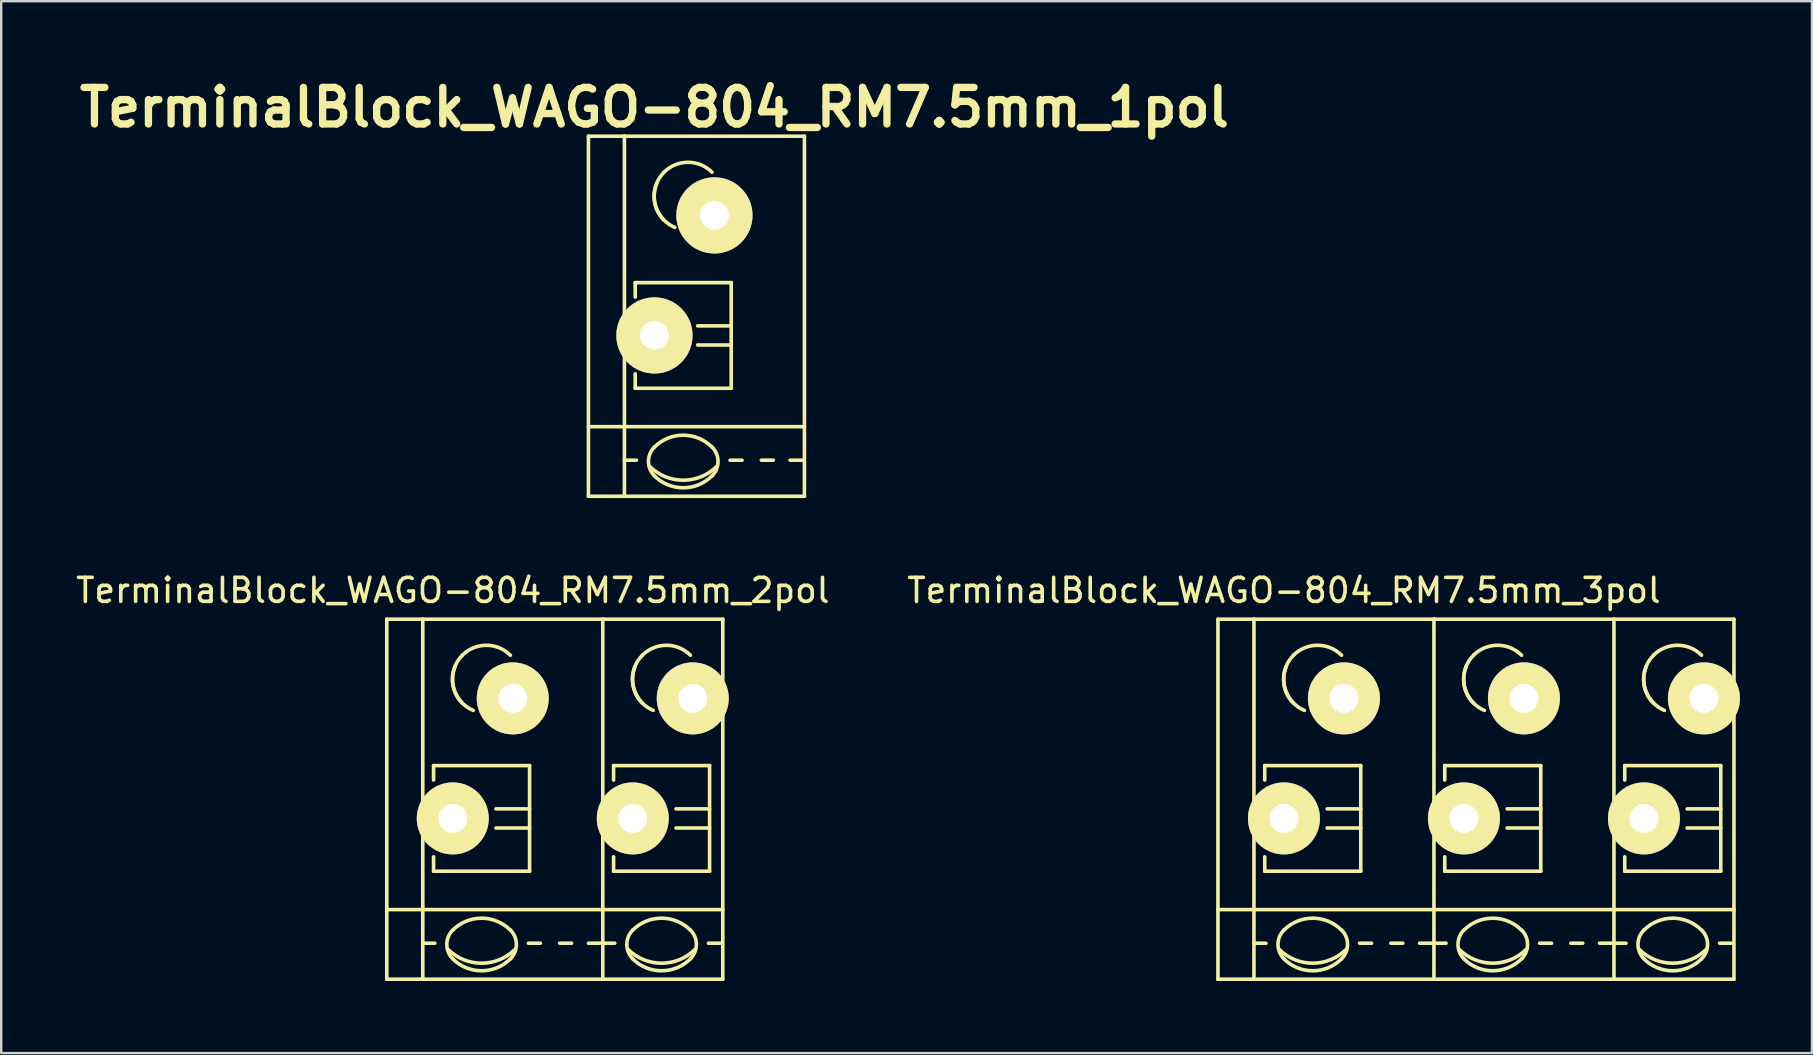
<source format=kicad_pcb>
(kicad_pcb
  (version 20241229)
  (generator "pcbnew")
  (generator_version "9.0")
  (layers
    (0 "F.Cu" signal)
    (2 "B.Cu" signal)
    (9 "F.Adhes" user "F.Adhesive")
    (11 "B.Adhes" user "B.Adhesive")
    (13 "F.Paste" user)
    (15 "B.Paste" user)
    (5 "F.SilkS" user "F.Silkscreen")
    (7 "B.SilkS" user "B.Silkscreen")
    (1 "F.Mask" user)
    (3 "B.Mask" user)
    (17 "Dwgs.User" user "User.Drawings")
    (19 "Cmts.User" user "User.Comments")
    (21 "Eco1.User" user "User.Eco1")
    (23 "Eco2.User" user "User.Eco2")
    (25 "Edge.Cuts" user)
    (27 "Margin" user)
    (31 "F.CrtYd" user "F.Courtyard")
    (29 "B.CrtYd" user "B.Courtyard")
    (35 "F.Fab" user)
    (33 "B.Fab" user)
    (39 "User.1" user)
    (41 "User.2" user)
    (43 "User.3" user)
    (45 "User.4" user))
  (footprint "TerminalBlock_WAGO-804_RM7.5mm_1pol"
    (layer "F.Cu")
    (at 24.217 10.926)
    (property "Reference" "TerminalBlock_WAGO-804_RM7.5mm_1pol" (at 0 -9.5 0) (layer "F.SilkS") (effects (font (size 1.524 1.524) (thickness 0.305))))
    (attr through_hole)
    (fp_line (start -2.75 -8.3) (end -1.25 -8.3) (stroke (width 0.15) (type solid)) (layer "F.SilkS"))
    (fp_line (start -2.75 6.7) (end -2.75 -8.3) (stroke (width 0.15) (type solid)) (layer "F.SilkS"))
    (fp_line (start -1.25 3.8) (end -2.75 3.8) (stroke (width 0.15) (type solid)) (layer "F.SilkS"))
    (fp_line (start -1.25 3.8) (end 6.25 3.8) (stroke (width 0.15) (type solid)) (layer "F.SilkS"))
    (fp_line (start -1.25 6.7) (end -2.75 6.7) (stroke (width 0.15) (type solid)) (layer "F.SilkS"))
    (fp_line (start -1.25 5.199) (end -0.749 5.199) (stroke (width 0.15) (type solid)) (layer "F.SilkS"))
    (fp_line (start -1.25 6.701) (end -1.25 -8.301) (stroke (width 0.15) (type solid)) (layer "F.SilkS"))
    (fp_line (start -0.8 -2.2) (end -0.8 -1.6) (stroke (width 0.15) (type solid)) (layer "F.SilkS"))
    (fp_line (start -0.8 -2.2) (end 3.2 -2.2) (stroke (width 0.15) (type solid)) (layer "F.SilkS"))
    (fp_line (start -0.8 2.2) (end -0.8 1.6) (stroke (width 0.15) (type solid)) (layer "F.SilkS"))
    (fp_line (start 3.2 -2.2) (end 3.2 2.2) (stroke (width 0.15) (type solid)) (layer "F.SilkS"))
    (fp_line (start 3.2 -0.399) (end 1.801 -0.399) (stroke (width 0.15) (type solid)) (layer "F.SilkS"))
    (fp_line (start 3.2 0.399) (end 1.801 0.399) (stroke (width 0.15) (type solid)) (layer "F.SilkS"))
    (fp_line (start 3.2 2.2) (end -0.8 2.2) (stroke (width 0.15) (type solid)) (layer "F.SilkS"))
    (fp_line (start 3.65 5.199) (end 3.152 5.199) (stroke (width 0.15) (type solid)) (layer "F.SilkS"))
    (fp_line (start 4.951 5.199) (end 4.454 5.199) (stroke (width 0.15) (type solid)) (layer "F.SilkS"))
    (fp_line (start 6.149 5.199) (end 5.652 5.199) (stroke (width 0.15) (type solid)) (layer "F.SilkS"))
    (fp_line (start 6.25 -8.3) (end -1.25 -8.3) (stroke (width 0.15) (type solid)) (layer "F.SilkS"))
    (fp_line (start 6.25 6.7) (end -1.25 6.7) (stroke (width 0.15) (type solid)) (layer "F.SilkS"))
    (fp_line (start 6.25 6.7) (end 6.25 -8.3) (stroke (width 0.15) (type solid)) (layer "F.SilkS"))
    (fp_arc (start 0 4.65328) (mid 1.19888 4.156688) (end 2.39776 4.65328) (stroke (width 0.15) (type solid)) (layer "F.SilkS"))
    (fp_arc (start 0 5.84962) (mid -0.248296 5.25018) (end 0 4.65074) (stroke (width 0.15) (type solid)) (layer "F.SilkS"))
    (fp_arc (start 0.39878 -6.79958) (mid 1.39954 -7.214108) (end 2.4003 -6.79958) (stroke (width 0.15) (type solid)) (layer "F.SilkS"))
    (fp_arc (start 0.39878 -4.8006) (mid -0.013952 -5.800616) (end 0.40132 -6.79958) (stroke (width 0.15) (type solid)) (layer "F.SilkS"))
    (fp_arc (start 0.8509 -4.50088) (mid 0.093811 -5.268985) (end 0.1016 -6.34746) (stroke (width 0.15) (type solid)) (layer "F.SilkS"))
    (fp_arc (start 2.4003 5.84962) (mid 1.200676 6.348008) (end 0 5.85216) (stroke (width 0.15) (type solid)) (layer "F.SilkS"))
    (fp_arc (start 2.40284 4.65074) (mid 2.650392 5.251976) (end 2.4003 5.85216) (stroke (width 0.15) (type solid)) (layer "F.SilkS"))
    (fp_arc (start 2.60096 5.45084) (mid 1.200676 6.032345) (end -0.20066 5.45338) (stroke (width 0.15) (type solid)) (layer "F.SilkS"))
    (pad "1" thru_hole circle (at 0 0) (size 3.175 3.175) (drill 1.199) (layers "*.Cu" "*.Mask" "F.SilkS"))
    (pad "1" thru_hole circle (at 2.499 -5.001) (size 3.175 3.175) (drill 1.199) (layers "*.Cu" "*.Mask" "F.SilkS")))
  (footprint "TerminalBlock_WAGO-804_RM7.5mm_2pol"
    (layer "F.Cu")
    (at 15.815 31.05)
    (property "Reference" "TerminalBlock_WAGO-804_RM7.5mm_2pol" (at 0 -9.5 0) (layer "F.SilkS") (effects (font (size 1 1) (thickness 0.15))))
    (attr through_hole)
    (fp_line (start -2.75 -8.3) (end -1.25 -8.3) (stroke (width 0.15) (type solid)) (layer "F.SilkS"))
    (fp_line (start -2.75 6.7) (end -2.75 -8.3) (stroke (width 0.15) (type solid)) (layer "F.SilkS"))
    (fp_line (start -1.25 3.8) (end -2.75 3.8) (stroke (width 0.15) (type solid)) (layer "F.SilkS"))
    (fp_line (start -1.25 3.8) (end 6.25 3.8) (stroke (width 0.15) (type solid)) (layer "F.SilkS"))
    (fp_line (start -1.25 6.7) (end -2.75 6.7) (stroke (width 0.15) (type solid)) (layer "F.SilkS"))
    (fp_line (start -1.25 5.199) (end -0.749 5.199) (stroke (width 0.15) (type solid)) (layer "F.SilkS"))
    (fp_line (start -1.25 6.701) (end -1.25 -8.301) (stroke (width 0.15) (type solid)) (layer "F.SilkS"))
    (fp_line (start -0.8 -2.2) (end -0.8 -1.6) (stroke (width 0.15) (type solid)) (layer "F.SilkS"))
    (fp_line (start -0.8 -2.2) (end 3.2 -2.2) (stroke (width 0.15) (type solid)) (layer "F.SilkS"))
    (fp_line (start -0.8 2.2) (end -0.8 1.6) (stroke (width 0.15) (type solid)) (layer "F.SilkS"))
    (fp_line (start 3.2 -2.2) (end 3.2 2.2) (stroke (width 0.15) (type solid)) (layer "F.SilkS"))
    (fp_line (start 3.2 -0.399) (end 1.801 -0.399) (stroke (width 0.15) (type solid)) (layer "F.SilkS"))
    (fp_line (start 3.2 0.399) (end 1.801 0.399) (stroke (width 0.15) (type solid)) (layer "F.SilkS"))
    (fp_line (start 3.2 2.2) (end -0.8 2.2) (stroke (width 0.15) (type solid)) (layer "F.SilkS"))
    (fp_line (start 3.65 5.199) (end 3.152 5.199) (stroke (width 0.15) (type solid)) (layer "F.SilkS"))
    (fp_line (start 4.951 5.199) (end 4.454 5.199) (stroke (width 0.15) (type solid)) (layer "F.SilkS"))
    (fp_line (start 6.149 5.199) (end 5.652 5.199) (stroke (width 0.15) (type solid)) (layer "F.SilkS"))
    (fp_line (start 6.25 -8.3) (end -1.25 -8.3) (stroke (width 0.15) (type solid)) (layer "F.SilkS"))
    (fp_line (start 6.25 -8.3) (end 11.25 -8.3) (stroke (width 0.15) (type solid)) (layer "F.SilkS"))
    (fp_line (start 6.25 3.8) (end 11.25 3.8) (stroke (width 0.15) (type solid)) (layer "F.SilkS"))
    (fp_line (start 6.25 6.7) (end -1.25 6.7) (stroke (width 0.15) (type solid)) (layer "F.SilkS"))
    (fp_line (start 6.25 6.7) (end 6.25 -8.3) (stroke (width 0.15) (type solid)) (layer "F.SilkS"))
    (fp_line (start 6.25 6.7) (end 11.25 6.7) (stroke (width 0.15) (type solid)) (layer "F.SilkS"))
    (fp_line (start 6.25 5.199) (end 6.751 5.199) (stroke (width 0.15) (type solid)) (layer "F.SilkS"))
    (fp_line (start 6.7 -2.2) (end 6.7 -1.6) (stroke (width 0.15) (type solid)) (layer "F.SilkS"))
    (fp_line (start 6.7 -2.2) (end 10.7 -2.2) (stroke (width 0.15) (type solid)) (layer "F.SilkS"))
    (fp_line (start 6.7 2.2) (end 6.7 1.6) (stroke (width 0.15) (type solid)) (layer "F.SilkS"))
    (fp_line (start 10.7 -2.2) (end 10.7 2.2) (stroke (width 0.15) (type solid)) (layer "F.SilkS"))
    (fp_line (start 10.7 -0.399) (end 9.301 -0.399) (stroke (width 0.15) (type solid)) (layer "F.SilkS"))
    (fp_line (start 10.7 0.399) (end 9.301 0.399) (stroke (width 0.15) (type solid)) (layer "F.SilkS"))
    (fp_line (start 10.7 2.2) (end 6.7 2.2) (stroke (width 0.15) (type solid)) (layer "F.SilkS"))
    (fp_line (start 11.15 5.199) (end 10.652 5.199) (stroke (width 0.15) (type solid)) (layer "F.SilkS"))
    (fp_line (start 11.25 6.7) (end 11.25 -8.3) (stroke (width 0.15) (type solid)) (layer "F.SilkS"))
    (fp_arc (start 0 4.65328) (mid 1.19888 4.156688) (end 2.39776 4.65328) (stroke (width 0.15) (type solid)) (layer "F.SilkS"))
    (fp_arc (start 0 5.84962) (mid -0.248296 5.25018) (end 0 4.65074) (stroke (width 0.15) (type solid)) (layer "F.SilkS"))
    (fp_arc (start 0.39878 -6.79958) (mid 1.39954 -7.214108) (end 2.4003 -6.79958) (stroke (width 0.15) (type solid)) (layer "F.SilkS"))
    (fp_arc (start 0.39878 -4.8006) (mid -0.013952 -5.800616) (end 0.40132 -6.79958) (stroke (width 0.15) (type solid)) (layer "F.SilkS"))
    (fp_arc (start 0.8509 -4.50088) (mid 0.093811 -5.268985) (end 0.1016 -6.34746) (stroke (width 0.15) (type solid)) (layer "F.SilkS"))
    (fp_arc (start 2.4003 5.84962) (mid 1.200676 6.348008) (end 0 5.85216) (stroke (width 0.15) (type solid)) (layer "F.SilkS"))
    (fp_arc (start 2.40284 4.65074) (mid 2.650392 5.251976) (end 2.4003 5.85216) (stroke (width 0.15) (type solid)) (layer "F.SilkS"))
    (fp_arc (start 2.60096 5.45084) (mid 1.200676 6.032345) (end -0.20066 5.45338) (stroke (width 0.15) (type solid)) (layer "F.SilkS"))
    (fp_arc (start 7.5 4.65328) (mid 8.69888 4.156688) (end 9.89776 4.65328) (stroke (width 0.15) (type solid)) (layer "F.SilkS"))
    (fp_arc (start 7.5 5.84962) (mid 7.251704 5.25018) (end 7.5 4.65074) (stroke (width 0.15) (type solid)) (layer "F.SilkS"))
    (fp_arc (start 7.89878 -6.79958) (mid 8.89954 -7.214108) (end 9.9003 -6.79958) (stroke (width 0.15) (type solid)) (layer "F.SilkS"))
    (fp_arc (start 7.89878 -4.8006) (mid 7.486048 -5.800616) (end 7.90132 -6.79958) (stroke (width 0.15) (type solid)) (layer "F.SilkS"))
    (fp_arc (start 8.3509 -4.50088) (mid 7.593811 -5.268985) (end 7.6016 -6.34746) (stroke (width 0.15) (type solid)) (layer "F.SilkS"))
    (fp_arc (start 9.9003 5.84962) (mid 8.700676 6.348008) (end 7.5 5.85216) (stroke (width 0.15) (type solid)) (layer "F.SilkS"))
    (fp_arc (start 9.90284 4.65074) (mid 10.150392 5.251976) (end 9.9003 5.85216) (stroke (width 0.15) (type solid)) (layer "F.SilkS"))
    (fp_arc (start 10.10096 5.45084) (mid 8.700676 6.032345) (end 7.29934 5.45338) (stroke (width 0.15) (type solid)) (layer "F.SilkS"))
    (pad "1" thru_hole circle (at 0 0) (size 3 3) (drill 1.2) (layers "*.Cu" "*.Mask" "F.SilkS"))
    (pad "1" thru_hole circle (at 2.499 -5.001) (size 3 3) (drill 1.2) (layers "*.Cu" "*.Mask" "F.SilkS"))
    (pad "2" thru_hole circle (at 7.5 0) (size 3 3) (drill 1.2) (layers "*.Cu" "*.Mask" "F.SilkS"))
    (pad "2" thru_hole circle (at 9.999 -5.001) (size 3 3) (drill 1.2) (layers "*.Cu" "*.Mask" "F.SilkS")))
  (footprint "TerminalBlock_WAGO-804_RM7.5mm_3pol"
    (layer "F.Cu")
    (at 50.446 31.05)
    (property "Reference" "TerminalBlock_WAGO-804_RM7.5mm_3pol" (at 0 -9.5 0) (layer "F.SilkS") (effects (font (size 1 1) (thickness 0.15))))
    (attr through_hole)
    (fp_line (start -2.75 -8.3) (end -1.25 -8.3) (stroke (width 0.15) (type solid)) (layer "F.SilkS"))
    (fp_line (start -2.75 6.7) (end -2.75 -8.3) (stroke (width 0.15) (type solid)) (layer "F.SilkS"))
    (fp_line (start -1.25 3.8) (end -2.75 3.8) (stroke (width 0.15) (type solid)) (layer "F.SilkS"))
    (fp_line (start -1.25 3.8) (end 6.25 3.8) (stroke (width 0.15) (type solid)) (layer "F.SilkS"))
    (fp_line (start -1.25 6.7) (end -2.75 6.7) (stroke (width 0.15) (type solid)) (layer "F.SilkS"))
    (fp_line (start -1.25 5.199) (end -0.749 5.199) (stroke (width 0.15) (type solid)) (layer "F.SilkS"))
    (fp_line (start -1.25 6.701) (end -1.25 -8.301) (stroke (width 0.15) (type solid)) (layer "F.SilkS"))
    (fp_line (start -0.8 -2.2) (end -0.8 -1.6) (stroke (width 0.15) (type solid)) (layer "F.SilkS"))
    (fp_line (start -0.8 -2.2) (end 3.2 -2.2) (stroke (width 0.15) (type solid)) (layer "F.SilkS"))
    (fp_line (start -0.8 2.2) (end -0.8 1.6) (stroke (width 0.15) (type solid)) (layer "F.SilkS"))
    (fp_line (start 3.2 -2.2) (end 3.2 2.2) (stroke (width 0.15) (type solid)) (layer "F.SilkS"))
    (fp_line (start 3.2 -0.399) (end 1.801 -0.399) (stroke (width 0.15) (type solid)) (layer "F.SilkS"))
    (fp_line (start 3.2 0.399) (end 1.801 0.399) (stroke (width 0.15) (type solid)) (layer "F.SilkS"))
    (fp_line (start 3.2 2.2) (end -0.8 2.2) (stroke (width 0.15) (type solid)) (layer "F.SilkS"))
    (fp_line (start 3.65 5.199) (end 3.152 5.199) (stroke (width 0.15) (type solid)) (layer "F.SilkS"))
    (fp_line (start 4.951 5.199) (end 4.454 5.199) (stroke (width 0.15) (type solid)) (layer "F.SilkS"))
    (fp_line (start 6.149 5.199) (end 5.652 5.199) (stroke (width 0.15) (type solid)) (layer "F.SilkS"))
    (fp_line (start 6.25 -8.3) (end -1.25 -8.3) (stroke (width 0.15) (type solid)) (layer "F.SilkS"))
    (fp_line (start 6.25 3.8) (end 13.75 3.8) (stroke (width 0.15) (type solid)) (layer "F.SilkS"))
    (fp_line (start 6.25 6.7) (end -1.25 6.7) (stroke (width 0.15) (type solid)) (layer "F.SilkS"))
    (fp_line (start 6.25 5.199) (end 6.751 5.199) (stroke (width 0.15) (type solid)) (layer "F.SilkS"))
    (fp_line (start 6.25 6.701) (end 6.25 -8.301) (stroke (width 0.15) (type solid)) (layer "F.SilkS"))
    (fp_line (start 6.7 -2.2) (end 6.7 -1.6) (stroke (width 0.15) (type solid)) (layer "F.SilkS"))
    (fp_line (start 6.7 -2.2) (end 10.7 -2.2) (stroke (width 0.15) (type solid)) (layer "F.SilkS"))
    (fp_line (start 6.7 2.2) (end 6.7 1.6) (stroke (width 0.15) (type solid)) (layer "F.SilkS"))
    (fp_line (start 10.7 -2.2) (end 10.7 2.2) (stroke (width 0.15) (type solid)) (layer "F.SilkS"))
    (fp_line (start 10.7 -0.399) (end 9.301 -0.399) (stroke (width 0.15) (type solid)) (layer "F.SilkS"))
    (fp_line (start 10.7 0.399) (end 9.301 0.399) (stroke (width 0.15) (type solid)) (layer "F.SilkS"))
    (fp_line (start 10.7 2.2) (end 6.7 2.2) (stroke (width 0.15) (type solid)) (layer "F.SilkS"))
    (fp_line (start 11.15 5.199) (end 10.652 5.199) (stroke (width 0.15) (type solid)) (layer "F.SilkS"))
    (fp_line (start 12.451 5.199) (end 11.954 5.199) (stroke (width 0.15) (type solid)) (layer "F.SilkS"))
    (fp_line (start 13.649 5.199) (end 13.152 5.199) (stroke (width 0.15) (type solid)) (layer "F.SilkS"))
    (fp_line (start 13.75 -8.3) (end 6.25 -8.3) (stroke (width 0.15) (type solid)) (layer "F.SilkS"))
    (fp_line (start 13.75 -8.3) (end 18.75 -8.3) (stroke (width 0.15) (type solid)) (layer "F.SilkS"))
    (fp_line (start 13.75 3.8) (end 18.75 3.8) (stroke (width 0.15) (type solid)) (layer "F.SilkS"))
    (fp_line (start 13.75 6.7) (end 6.25 6.7) (stroke (width 0.15) (type solid)) (layer "F.SilkS"))
    (fp_line (start 13.75 6.7) (end 13.75 -8.3) (stroke (width 0.15) (type solid)) (layer "F.SilkS"))
    (fp_line (start 13.75 6.7) (end 18.75 6.7) (stroke (width 0.15) (type solid)) (layer "F.SilkS"))
    (fp_line (start 13.75 5.199) (end 14.251 5.199) (stroke (width 0.15) (type solid)) (layer "F.SilkS"))
    (fp_line (start 14.2 -2.2) (end 14.2 -1.6) (stroke (width 0.15) (type solid)) (layer "F.SilkS"))
    (fp_line (start 14.2 -2.2) (end 18.2 -2.2) (stroke (width 0.15) (type solid)) (layer "F.SilkS"))
    (fp_line (start 14.2 2.2) (end 14.2 1.6) (stroke (width 0.15) (type solid)) (layer "F.SilkS"))
    (fp_line (start 18.2 -2.2) (end 18.2 2.2) (stroke (width 0.15) (type solid)) (layer "F.SilkS"))
    (fp_line (start 18.2 -0.399) (end 16.801 -0.399) (stroke (width 0.15) (type solid)) (layer "F.SilkS"))
    (fp_line (start 18.2 0.399) (end 16.801 0.399) (stroke (width 0.15) (type solid)) (layer "F.SilkS"))
    (fp_line (start 18.2 2.2) (end 14.2 2.2) (stroke (width 0.15) (type solid)) (layer "F.SilkS"))
    (fp_line (start 18.65 5.199) (end 18.152 5.199) (stroke (width 0.15) (type solid)) (layer "F.SilkS"))
    (fp_line (start 18.75 6.7) (end 18.75 -8.3) (stroke (width 0.15) (type solid)) (layer "F.SilkS"))
    (fp_arc (start 0 4.65328) (mid 1.19888 4.156688) (end 2.39776 4.65328) (stroke (width 0.15) (type solid)) (layer "F.SilkS"))
    (fp_arc (start 0 5.84962) (mid -0.248296 5.25018) (end 0 4.65074) (stroke (width 0.15) (type solid)) (layer "F.SilkS"))
    (fp_arc (start 0.39878 -6.79958) (mid 1.39954 -7.214108) (end 2.4003 -6.79958) (stroke (width 0.15) (type solid)) (layer "F.SilkS"))
    (fp_arc (start 0.39878 -4.8006) (mid -0.013952 -5.800616) (end 0.40132 -6.79958) (stroke (width 0.15) (type solid)) (layer "F.SilkS"))
    (fp_arc (start 0.8509 -4.50088) (mid 0.093811 -5.268985) (end 0.1016 -6.34746) (stroke (width 0.15) (type solid)) (layer "F.SilkS"))
    (fp_arc (start 2.4003 5.84962) (mid 1.200676 6.348008) (end 0 5.85216) (stroke (width 0.15) (type solid)) (layer "F.SilkS"))
    (fp_arc (start 2.40284 4.65074) (mid 2.650392 5.251976) (end 2.4003 5.85216) (stroke (width 0.15) (type solid)) (layer "F.SilkS"))
    (fp_arc (start 2.60096 5.45084) (mid 1.200676 6.032345) (end -0.20066 5.45338) (stroke (width 0.15) (type solid)) (layer "F.SilkS"))
    (fp_arc (start 7.5 4.65328) (mid 8.69888 4.156688) (end 9.89776 4.65328) (stroke (width 0.15) (type solid)) (layer "F.SilkS"))
    (fp_arc (start 7.5 5.84962) (mid 7.251704 5.25018) (end 7.5 4.65074) (stroke (width 0.15) (type solid)) (layer "F.SilkS"))
    (fp_arc (start 7.89878 -6.79958) (mid 8.89954 -7.214108) (end 9.9003 -6.79958) (stroke (width 0.15) (type solid)) (layer "F.SilkS"))
    (fp_arc (start 7.89878 -4.8006) (mid 7.486048 -5.800616) (end 7.90132 -6.79958) (stroke (width 0.15) (type solid)) (layer "F.SilkS"))
    (fp_arc (start 8.3509 -4.50088) (mid 7.593811 -5.268985) (end 7.6016 -6.34746) (stroke (width 0.15) (type solid)) (layer "F.SilkS"))
    (fp_arc (start 9.9003 5.84962) (mid 8.700676 6.348008) (end 7.5 5.85216) (stroke (width 0.15) (type solid)) (layer "F.SilkS"))
    (fp_arc (start 9.90284 4.65074) (mid 10.150392 5.251976) (end 9.9003 5.85216) (stroke (width 0.15) (type solid)) (layer "F.SilkS"))
    (fp_arc (start 10.10096 5.45084) (mid 8.700676 6.032345) (end 7.29934 5.45338) (stroke (width 0.15) (type solid)) (layer "F.SilkS"))
    (fp_arc (start 15 4.65328) (mid 16.19888 4.156688) (end 17.39776 4.65328) (stroke (width 0.15) (type solid)) (layer "F.SilkS"))
    (fp_arc (start 15 5.84962) (mid 14.751704 5.25018) (end 15 4.65074) (stroke (width 0.15) (type solid)) (layer "F.SilkS"))
    (fp_arc (start 15.39878 -6.79958) (mid 16.39954 -7.214108) (end 17.4003 -6.79958) (stroke (width 0.15) (type solid)) (layer "F.SilkS"))
    (fp_arc (start 15.39878 -4.8006) (mid 14.986048 -5.800616) (end 15.40132 -6.79958) (stroke (width 0.15) (type solid)) (layer "F.SilkS"))
    (fp_arc (start 15.8509 -4.50088) (mid 15.093811 -5.268985) (end 15.1016 -6.34746) (stroke (width 0.15) (type solid)) (layer "F.SilkS"))
    (fp_arc (start 17.4003 5.84962) (mid 16.200676 6.348008) (end 15 5.85216) (stroke (width 0.15) (type solid)) (layer "F.SilkS"))
    (fp_arc (start 17.40284 4.65074) (mid 17.650392 5.251976) (end 17.4003 5.85216) (stroke (width 0.15) (type solid)) (layer "F.SilkS"))
    (fp_arc (start 17.60096 5.45084) (mid 16.200676 6.032345) (end 14.79934 5.45338) (stroke (width 0.15) (type solid)) (layer "F.SilkS"))
    (pad "1" thru_hole circle (at 0 0) (size 3 3) (drill 1.2) (layers "*.Cu" "*.Mask" "F.SilkS"))
    (pad "1" thru_hole circle (at 2.499 -5.001) (size 3 3) (drill 1.2) (layers "*.Cu" "*.Mask" "F.SilkS"))
    (pad "2" thru_hole circle (at 7.5 0) (size 3 3) (drill 1.2) (layers "*.Cu" "*.Mask" "F.SilkS"))
    (pad "2" thru_hole circle (at 9.999 -5.001) (size 3 3) (drill 1.2) (layers "*.Cu" "*.Mask" "F.SilkS"))
    (pad "3" thru_hole circle (at 15 0) (size 3 3) (drill 1.2) (layers "*.Cu" "*.Mask" "F.SilkS"))
    (pad "3" thru_hole circle (at 17.499 -5.001) (size 3 3) (drill 1.2) (layers "*.Cu" "*.Mask" "F.SilkS")))
  (gr_rect
    (start -3 -3)
    (end 72.446 40.826)
    (stroke (width 0.1) (type default))
    (fill no)
    (layer "Edge.Cuts")))
</source>
